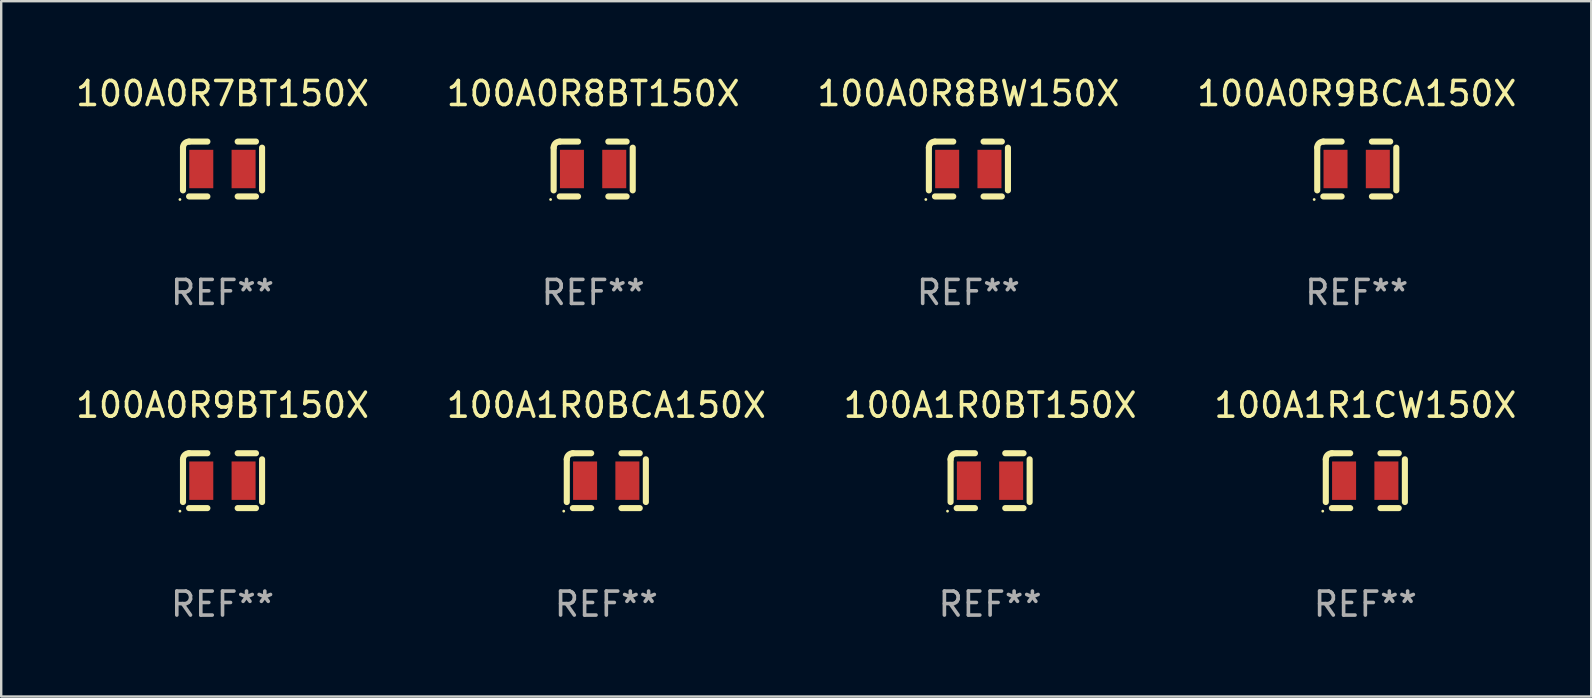
<source format=kicad_pcb>
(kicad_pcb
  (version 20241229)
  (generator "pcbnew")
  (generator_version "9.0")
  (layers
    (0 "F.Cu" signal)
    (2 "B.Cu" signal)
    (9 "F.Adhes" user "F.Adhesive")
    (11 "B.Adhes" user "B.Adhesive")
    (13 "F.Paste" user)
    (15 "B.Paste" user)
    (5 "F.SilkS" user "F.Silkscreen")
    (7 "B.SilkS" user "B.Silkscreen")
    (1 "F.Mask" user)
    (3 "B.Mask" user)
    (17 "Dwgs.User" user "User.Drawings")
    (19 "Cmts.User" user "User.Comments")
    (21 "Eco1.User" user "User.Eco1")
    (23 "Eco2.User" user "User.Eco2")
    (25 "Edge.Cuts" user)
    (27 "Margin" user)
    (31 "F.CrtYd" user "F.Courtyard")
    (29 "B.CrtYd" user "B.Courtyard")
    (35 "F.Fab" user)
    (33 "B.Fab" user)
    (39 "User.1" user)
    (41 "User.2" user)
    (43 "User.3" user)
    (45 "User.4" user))
  (footprint "100A0R9BCA150X"
    (layer "F.Cu")
    (at 53.47 3.991)
    (property "Reference" "100A0R9BCA150X" (at 0 -3.143 0) (layer "F.SilkS") (effects (font (size 1 1) (thickness 0.15))))
    (attr through_hole)
    (fp_line (start -1.647 -0.889) (end -1.647 0.889) (stroke (width 0.254) (type solid)) (layer "F.SilkS"))
    (fp_line (start -0.631 -1.143) (end -1.393 -1.143) (stroke (width 0.254) (type solid)) (layer "F.SilkS"))
    (fp_line (start -0.631 1.143) (end -1.393 1.143) (stroke (width 0.254) (type solid)) (layer "F.SilkS"))
    (fp_line (start 0.631 -1.143) (end 1.393 -1.143) (stroke (width 0.254) (type solid)) (layer "F.SilkS"))
    (fp_line (start 0.631 1.143) (end 1.393 1.143) (stroke (width 0.254) (type solid)) (layer "F.SilkS"))
    (fp_line (start 1.647 -0.889) (end 1.647 0.889) (stroke (width 0.254) (type solid)) (layer "F.SilkS"))
    (fp_arc (start -1.647002 -0.889002) (mid -1.572607 -1.068607) (end -1.393002 -1.143002) (stroke (width 0.254001) (type solid)) (layer "F.SilkS"))
    (fp_circle (center -1.774 1.27) (end -1.744 1.27) (stroke (width 0.06) (type solid)) (fill no) (layer "F.SilkS"))
    (fp_text user "REF**" (at 0 5.143 0) (layer "F.Fab") (effects (font (size 1 1) (thickness 0.15))))
    (pad "1" smd rect (at -0.885 0) (size 1 1.6) (layers "F.Cu" "F.Mask" "F.Paste"))
    (pad "2" smd rect (at 0.877 0) (size 1 1.6) (layers "F.Cu" "F.Mask" "F.Paste")))
  (footprint "100A0R7BT150X"
    (layer "F.Cu")
    (at 6.22 3.991)
    (property "Reference" "100A0R7BT150X" (at 0 -3.143 0) (layer "F.SilkS") (effects (font (size 1 1) (thickness 0.15))))
    (attr through_hole)
    (fp_line (start -1.647 -0.889) (end -1.647 0.889) (stroke (width 0.254) (type solid)) (layer "F.SilkS"))
    (fp_line (start -0.631 -1.143) (end -1.393 -1.143) (stroke (width 0.254) (type solid)) (layer "F.SilkS"))
    (fp_line (start -0.631 1.143) (end -1.393 1.143) (stroke (width 0.254) (type solid)) (layer "F.SilkS"))
    (fp_line (start 0.631 -1.143) (end 1.393 -1.143) (stroke (width 0.254) (type solid)) (layer "F.SilkS"))
    (fp_line (start 0.631 1.143) (end 1.393 1.143) (stroke (width 0.254) (type solid)) (layer "F.SilkS"))
    (fp_line (start 1.647 -0.889) (end 1.647 0.889) (stroke (width 0.254) (type solid)) (layer "F.SilkS"))
    (fp_arc (start -1.647002 -0.889002) (mid -1.572607 -1.068607) (end -1.393002 -1.143002) (stroke (width 0.254001) (type solid)) (layer "F.SilkS"))
    (fp_circle (center -1.774 1.27) (end -1.744 1.27) (stroke (width 0.06) (type solid)) (fill no) (layer "F.SilkS"))
    (fp_text user "REF**" (at 0 5.143 0) (layer "F.Fab") (effects (font (size 1 1) (thickness 0.15))))
    (pad "1" smd rect (at -0.885 0) (size 1 1.6) (layers "F.Cu" "F.Mask" "F.Paste"))
    (pad "2" smd rect (at 0.877 0) (size 1 1.6) (layers "F.Cu" "F.Mask" "F.Paste")))
  (footprint "100A1R0BCA150X"
    (layer "F.Cu")
    (at 22.208 16.974)
    (property "Reference" "100A1R0BCA150X" (at 0 -3.143 0) (layer "F.SilkS") (effects (font (size 1 1) (thickness 0.15))))
    (attr through_hole)
    (fp_line (start -1.647 -0.889) (end -1.647 0.889) (stroke (width 0.254) (type solid)) (layer "F.SilkS"))
    (fp_line (start -0.631 -1.143) (end -1.393 -1.143) (stroke (width 0.254) (type solid)) (layer "F.SilkS"))
    (fp_line (start -0.631 1.143) (end -1.393 1.143) (stroke (width 0.254) (type solid)) (layer "F.SilkS"))
    (fp_line (start 0.631 -1.143) (end 1.393 -1.143) (stroke (width 0.254) (type solid)) (layer "F.SilkS"))
    (fp_line (start 0.631 1.143) (end 1.393 1.143) (stroke (width 0.254) (type solid)) (layer "F.SilkS"))
    (fp_line (start 1.647 -0.889) (end 1.647 0.889) (stroke (width 0.254) (type solid)) (layer "F.SilkS"))
    (fp_arc (start -1.647002 -0.889002) (mid -1.572607 -1.068607) (end -1.393002 -1.143002) (stroke (width 0.254001) (type solid)) (layer "F.SilkS"))
    (fp_circle (center -1.774 1.27) (end -1.744 1.27) (stroke (width 0.06) (type solid)) (fill no) (layer "F.SilkS"))
    (fp_text user "REF**" (at 0 5.143 0) (layer "F.Fab") (effects (font (size 1 1) (thickness 0.15))))
    (pad "1" smd rect (at -0.885 0) (size 1 1.6) (layers "F.Cu" "F.Mask" "F.Paste"))
    (pad "2" smd rect (at 0.877 0) (size 1 1.6) (layers "F.Cu" "F.Mask" "F.Paste")))
  (footprint "100A1R0BT150X"
    (layer "F.Cu")
    (at 38.196 16.974)
    (property "Reference" "100A1R0BT150X" (at 0 -3.143 0) (layer "F.SilkS") (effects (font (size 1 1) (thickness 0.15))))
    (attr through_hole)
    (fp_line (start -1.647 -0.889) (end -1.647 0.889) (stroke (width 0.254) (type solid)) (layer "F.SilkS"))
    (fp_line (start -0.631 -1.143) (end -1.393 -1.143) (stroke (width 0.254) (type solid)) (layer "F.SilkS"))
    (fp_line (start -0.631 1.143) (end -1.393 1.143) (stroke (width 0.254) (type solid)) (layer "F.SilkS"))
    (fp_line (start 0.631 -1.143) (end 1.393 -1.143) (stroke (width 0.254) (type solid)) (layer "F.SilkS"))
    (fp_line (start 0.631 1.143) (end 1.393 1.143) (stroke (width 0.254) (type solid)) (layer "F.SilkS"))
    (fp_line (start 1.647 -0.889) (end 1.647 0.889) (stroke (width 0.254) (type solid)) (layer "F.SilkS"))
    (fp_arc (start -1.647002 -0.889002) (mid -1.572607 -1.068607) (end -1.393002 -1.143002) (stroke (width 0.254001) (type solid)) (layer "F.SilkS"))
    (fp_circle (center -1.774 1.27) (end -1.744 1.27) (stroke (width 0.06) (type solid)) (fill no) (layer "F.SilkS"))
    (fp_text user "REF**" (at 0 5.143 0) (layer "F.Fab") (effects (font (size 1 1) (thickness 0.15))))
    (pad "1" smd rect (at -0.885 0) (size 1 1.6) (layers "F.Cu" "F.Mask" "F.Paste"))
    (pad "2" smd rect (at 0.877 0) (size 1 1.6) (layers "F.Cu" "F.Mask" "F.Paste")))
  (footprint "100A0R9BT150X"
    (layer "F.Cu")
    (at 6.22 16.974)
    (property "Reference" "100A0R9BT150X" (at 0 -3.143 0) (layer "F.SilkS") (effects (font (size 1 1) (thickness 0.15))))
    (attr through_hole)
    (fp_line (start -1.647 -0.889) (end -1.647 0.889) (stroke (width 0.254) (type solid)) (layer "F.SilkS"))
    (fp_line (start -0.631 -1.143) (end -1.393 -1.143) (stroke (width 0.254) (type solid)) (layer "F.SilkS"))
    (fp_line (start -0.631 1.143) (end -1.393 1.143) (stroke (width 0.254) (type solid)) (layer "F.SilkS"))
    (fp_line (start 0.631 -1.143) (end 1.393 -1.143) (stroke (width 0.254) (type solid)) (layer "F.SilkS"))
    (fp_line (start 0.631 1.143) (end 1.393 1.143) (stroke (width 0.254) (type solid)) (layer "F.SilkS"))
    (fp_line (start 1.647 -0.889) (end 1.647 0.889) (stroke (width 0.254) (type solid)) (layer "F.SilkS"))
    (fp_arc (start -1.647002 -0.889002) (mid -1.572607 -1.068607) (end -1.393002 -1.143002) (stroke (width 0.254001) (type solid)) (layer "F.SilkS"))
    (fp_circle (center -1.774 1.27) (end -1.744 1.27) (stroke (width 0.06) (type solid)) (fill no) (layer "F.SilkS"))
    (fp_text user "REF**" (at 0 5.143 0) (layer "F.Fab") (effects (font (size 1 1) (thickness 0.15))))
    (pad "1" smd rect (at -0.885 0) (size 1 1.6) (layers "F.Cu" "F.Mask" "F.Paste"))
    (pad "2" smd rect (at 0.877 0) (size 1 1.6) (layers "F.Cu" "F.Mask" "F.Paste")))
  (footprint "100A1R1CW150X"
    (layer "F.Cu")
    (at 53.827 16.974)
    (property "Reference" "100A1R1CW150X" (at 0 -3.143 0) (layer "F.SilkS") (effects (font (size 1 1) (thickness 0.15))))
    (attr through_hole)
    (fp_line (start -1.647 -0.889) (end -1.647 0.889) (stroke (width 0.254) (type solid)) (layer "F.SilkS"))
    (fp_line (start -0.631 -1.143) (end -1.393 -1.143) (stroke (width 0.254) (type solid)) (layer "F.SilkS"))
    (fp_line (start -0.631 1.143) (end -1.393 1.143) (stroke (width 0.254) (type solid)) (layer "F.SilkS"))
    (fp_line (start 0.631 -1.143) (end 1.393 -1.143) (stroke (width 0.254) (type solid)) (layer "F.SilkS"))
    (fp_line (start 0.631 1.143) (end 1.393 1.143) (stroke (width 0.254) (type solid)) (layer "F.SilkS"))
    (fp_line (start 1.647 -0.889) (end 1.647 0.889) (stroke (width 0.254) (type solid)) (layer "F.SilkS"))
    (fp_arc (start -1.647002 -0.889002) (mid -1.572607 -1.068607) (end -1.393002 -1.143002) (stroke (width 0.254001) (type solid)) (layer "F.SilkS"))
    (fp_circle (center -1.774 1.27) (end -1.744 1.27) (stroke (width 0.06) (type solid)) (fill no) (layer "F.SilkS"))
    (fp_text user "REF**" (at 0 5.143 0) (layer "F.Fab") (effects (font (size 1 1) (thickness 0.15))))
    (pad "1" smd rect (at -0.885 0) (size 1 1.6) (layers "F.Cu" "F.Mask" "F.Paste"))
    (pad "2" smd rect (at 0.877 0) (size 1 1.6) (layers "F.Cu" "F.Mask" "F.Paste")))
  (footprint "100A0R8BT150X"
    (layer "F.Cu")
    (at 21.661 3.991)
    (property "Reference" "100A0R8BT150X" (at 0 -3.143 0) (layer "F.SilkS") (effects (font (size 1 1) (thickness 0.15))))
    (attr through_hole)
    (fp_line (start -1.647 -0.889) (end -1.647 0.889) (stroke (width 0.254) (type solid)) (layer "F.SilkS"))
    (fp_line (start -0.631 -1.143) (end -1.393 -1.143) (stroke (width 0.254) (type solid)) (layer "F.SilkS"))
    (fp_line (start -0.631 1.143) (end -1.393 1.143) (stroke (width 0.254) (type solid)) (layer "F.SilkS"))
    (fp_line (start 0.631 -1.143) (end 1.393 -1.143) (stroke (width 0.254) (type solid)) (layer "F.SilkS"))
    (fp_line (start 0.631 1.143) (end 1.393 1.143) (stroke (width 0.254) (type solid)) (layer "F.SilkS"))
    (fp_line (start 1.647 -0.889) (end 1.647 0.889) (stroke (width 0.254) (type solid)) (layer "F.SilkS"))
    (fp_arc (start -1.647002 -0.889002) (mid -1.572607 -1.068607) (end -1.393002 -1.143002) (stroke (width 0.254001) (type solid)) (layer "F.SilkS"))
    (fp_circle (center -1.774 1.27) (end -1.744 1.27) (stroke (width 0.06) (type solid)) (fill no) (layer "F.SilkS"))
    (fp_text user "REF**" (at 0 5.143 0) (layer "F.Fab") (effects (font (size 1 1) (thickness 0.15))))
    (pad "1" smd rect (at -0.885 0) (size 1 1.6) (layers "F.Cu" "F.Mask" "F.Paste"))
    (pad "2" smd rect (at 0.877 0) (size 1 1.6) (layers "F.Cu" "F.Mask" "F.Paste")))
  (footprint "100A0R8BW150X"
    (layer "F.Cu")
    (at 37.292 3.991)
    (property "Reference" "100A0R8BW150X" (at 0 -3.143 0) (layer "F.SilkS") (effects (font (size 1 1) (thickness 0.15))))
    (attr through_hole)
    (fp_line (start -1.647 -0.889) (end -1.647 0.889) (stroke (width 0.254) (type solid)) (layer "F.SilkS"))
    (fp_line (start -0.631 -1.143) (end -1.393 -1.143) (stroke (width 0.254) (type solid)) (layer "F.SilkS"))
    (fp_line (start -0.631 1.143) (end -1.393 1.143) (stroke (width 0.254) (type solid)) (layer "F.SilkS"))
    (fp_line (start 0.631 -1.143) (end 1.393 -1.143) (stroke (width 0.254) (type solid)) (layer "F.SilkS"))
    (fp_line (start 0.631 1.143) (end 1.393 1.143) (stroke (width 0.254) (type solid)) (layer "F.SilkS"))
    (fp_line (start 1.647 -0.889) (end 1.647 0.889) (stroke (width 0.254) (type solid)) (layer "F.SilkS"))
    (fp_arc (start -1.647002 -0.889002) (mid -1.572607 -1.068607) (end -1.393002 -1.143002) (stroke (width 0.254001) (type solid)) (layer "F.SilkS"))
    (fp_circle (center -1.774 1.27) (end -1.744 1.27) (stroke (width 0.06) (type solid)) (fill no) (layer "F.SilkS"))
    (fp_text user "REF**" (at 0 5.143 0) (layer "F.Fab") (effects (font (size 1 1) (thickness 0.15))))
    (pad "1" smd rect (at -0.885 0) (size 1 1.6) (layers "F.Cu" "F.Mask" "F.Paste"))
    (pad "2" smd rect (at 0.877 0) (size 1 1.6) (layers "F.Cu" "F.Mask" "F.Paste")))
  (gr_rect
    (start -3 -3)
    (end 63.238 25.965)
    (stroke (width 0.1) (type default))
    (fill no)
    (layer "Edge.Cuts")))
</source>
